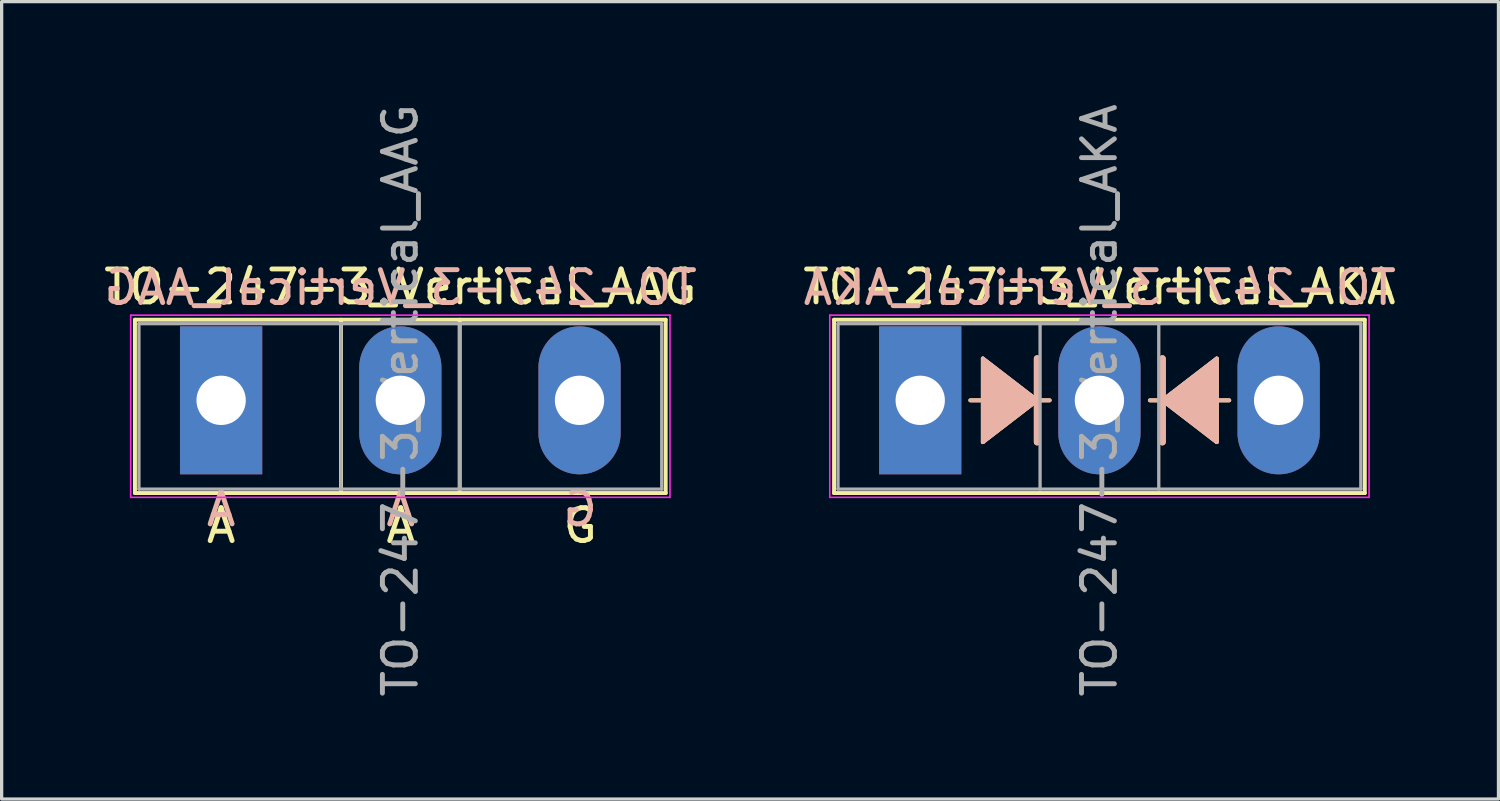
<source format=kicad_pcb>
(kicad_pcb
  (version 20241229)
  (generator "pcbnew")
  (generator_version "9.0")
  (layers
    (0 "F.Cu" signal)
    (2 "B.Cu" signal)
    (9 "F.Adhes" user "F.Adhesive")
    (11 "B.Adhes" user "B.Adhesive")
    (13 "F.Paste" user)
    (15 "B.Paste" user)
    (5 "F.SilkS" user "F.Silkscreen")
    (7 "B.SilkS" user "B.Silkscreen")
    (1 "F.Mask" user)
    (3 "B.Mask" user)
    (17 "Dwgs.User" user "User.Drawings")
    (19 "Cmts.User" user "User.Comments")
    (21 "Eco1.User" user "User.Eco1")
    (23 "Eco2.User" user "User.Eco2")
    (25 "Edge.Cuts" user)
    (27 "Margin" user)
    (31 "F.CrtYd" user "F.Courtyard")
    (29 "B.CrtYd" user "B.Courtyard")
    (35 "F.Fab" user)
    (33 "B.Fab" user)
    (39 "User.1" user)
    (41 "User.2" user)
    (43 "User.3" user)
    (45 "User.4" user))
  (footprint "TO-247-3_Vertical_AAG"
    (layer "F.Cu")
    (at 3.675 9.125)
    (property "Reference" "TO-247-3_Vertical_AAG" (at 5.45 -3.45 0) (layer "F.SilkS") (effects (font (size 1 1) (thickness 0.15))))
    (fp_line (start -2.62 -2.451) (end -2.62 2.82) (stroke (width 0.12) (type solid)) (layer "F.SilkS"))
    (fp_line (start -2.62 -2.451) (end 13.52 -2.451) (stroke (width 0.12) (type solid)) (layer "F.SilkS"))
    (fp_line (start -2.62 2.82) (end 13.52 2.82) (stroke (width 0.12) (type solid)) (layer "F.SilkS"))
    (fp_line (start 3.646 -2.451) (end 3.646 2.82) (stroke (width 0.12) (type solid)) (layer "F.SilkS"))
    (fp_line (start 7.255 -2.451) (end 7.255 2.82) (stroke (width 0.12) (type solid)) (layer "F.SilkS"))
    (fp_line (start 13.52 -2.451) (end 13.52 2.82) (stroke (width 0.12) (type solid)) (layer "F.SilkS"))
    (fp_line (start -2.75 -2.59) (end -2.75 2.95) (stroke (width 0.05) (type solid)) (layer "F.CrtYd"))
    (fp_line (start -2.75 2.95) (end 13.65 2.95) (stroke (width 0.05) (type solid)) (layer "F.CrtYd"))
    (fp_line (start 13.65 -2.59) (end -2.75 -2.59) (stroke (width 0.05) (type solid)) (layer "F.CrtYd"))
    (fp_line (start 13.65 2.95) (end 13.65 -2.59) (stroke (width 0.05) (type solid)) (layer "F.CrtYd"))
    (fp_line (start -2.5 -2.33) (end -2.5 2.7) (stroke (width 0.1) (type solid)) (layer "F.Fab"))
    (fp_line (start -2.5 2.7) (end 13.4 2.7) (stroke (width 0.1) (type solid)) (layer "F.Fab"))
    (fp_line (start 3.645 -2.33) (end 3.645 2.7) (stroke (width 0.1) (type solid)) (layer "F.Fab"))
    (fp_line (start 7.255 -2.33) (end 7.255 2.7) (stroke (width 0.1) (type solid)) (layer "F.Fab"))
    (fp_line (start 13.4 -2.33) (end -2.5 -2.33) (stroke (width 0.1) (type solid)) (layer "F.Fab"))
    (fp_line (start 13.4 2.7) (end 13.4 -2.33) (stroke (width 0.1) (type solid)) (layer "F.Fab"))
    (fp_text user "G" (at 10.922 3.81 0) (unlocked yes) (layer "F.SilkS") (effects (font (size 1 1) (thickness 0.15))))
    (fp_text user "A" (at 5.461 3.81 0) (unlocked yes) (layer "F.SilkS") (effects (font (size 1 1) (thickness 0.15))))
    (fp_text user "A" (at 0 3.81 0) (unlocked yes) (layer "F.SilkS") (effects (font (size 1 1) (thickness 0.15))))
    (fp_text user "${REFERENCE}" (at 5.461 -3.429 0) (layer "B.SilkS") (effects (font (size 1 1) (thickness 0.15)) (justify mirror)))
    (fp_text user "G" (at 10.922 3.302 0) (unlocked yes) (layer "B.SilkS") (effects (font (size 1 1) (thickness 0.15)) (justify mirror)))
    (fp_text user "A" (at 0 3.302 0) (unlocked yes) (layer "B.SilkS") (effects (font (size 1 1) (thickness 0.15)) (justify mirror)))
    (fp_text user "A" (at 5.461 3.302 0) (unlocked yes) (layer "B.SilkS") (effects (font (size 1 1) (thickness 0.15)) (justify mirror)))
    (fp_text user "${REFERENCE}" (at 5.45 0 90) (layer "F.Fab") (effects (font (size 1 1) (thickness 0.15))))
    (pad "1" thru_hole rect (at 0 0) (size 2.5 4.5) (drill 1.5) (layers "*.Cu" "*.Mask"))
    (pad "2" thru_hole oval (at 5.45 0) (size 2.5 4.5) (drill 1.5) (layers "*.Cu" "*.Mask"))
    (pad "3" thru_hole oval (at 10.9 0) (size 2.5 4.5) (drill 1.5) (layers "*.Cu" "*.Mask")))
  (footprint "TO-247-3_Vertical_AKA"
    (layer "F.Cu")
    (at 24.936 9.125)
    (property "Reference" "TO-247-3_Vertical_AKA" (at 5.45 -3.45 0) (layer "F.SilkS") (effects (font (size 1 1) (thickness 0.15))))
    (fp_line (start -2.62 -2.451) (end -2.62 2.82) (stroke (width 0.12) (type solid)) (layer "F.SilkS"))
    (fp_line (start -2.62 -2.451) (end 13.52 -2.451) (stroke (width 0.12) (type solid)) (layer "F.SilkS"))
    (fp_line (start -2.62 2.82) (end 13.52 2.82) (stroke (width 0.12) (type solid)) (layer "F.SilkS"))
    (fp_line (start 1.524 0) (end 1.905 0) (stroke (width 0.12) (type solid)) (layer "F.SilkS"))
    (fp_line (start 1.905 -1.27) (end 1.905 1.27) (stroke (width 0.12) (type solid)) (layer "F.SilkS"))
    (fp_line (start 1.905 1.27) (end 3.556 0) (stroke (width 0.12) (type solid)) (layer "F.SilkS"))
    (fp_line (start 3.556 0) (end 1.905 -1.27) (stroke (width 0.12) (type solid)) (layer "F.SilkS"))
    (fp_line (start 3.556 0) (end 3.556 -1.27) (stroke (width 0.2) (type solid)) (layer "F.SilkS"))
    (fp_line (start 3.556 1.27) (end 3.556 0) (stroke (width 0.2) (type solid)) (layer "F.SilkS"))
    (fp_line (start 3.937 0) (end 3.556 0) (stroke (width 0.12) (type solid)) (layer "F.SilkS"))
    (fp_line (start 6.985 0) (end 7.366 0) (stroke (width 0.12) (type solid)) (layer "F.SilkS"))
    (fp_line (start 7.366 -1.27) (end 7.366 0) (stroke (width 0.2) (type solid)) (layer "F.SilkS"))
    (fp_line (start 7.366 0) (end 7.366 1.27) (stroke (width 0.2) (type solid)) (layer "F.SilkS"))
    (fp_line (start 7.366 0) (end 9.017 1.27) (stroke (width 0.12) (type solid)) (layer "F.SilkS"))
    (fp_line (start 9.017 -1.27) (end 7.366 0) (stroke (width 0.12) (type solid)) (layer "F.SilkS"))
    (fp_line (start 9.017 1.27) (end 9.017 -1.27) (stroke (width 0.12) (type solid)) (layer "F.SilkS"))
    (fp_line (start 9.398 0) (end 9.017 0) (stroke (width 0.12) (type solid)) (layer "F.SilkS"))
    (fp_line (start 13.52 -2.451) (end 13.52 2.82) (stroke (width 0.12) (type solid)) (layer "F.SilkS"))
    (fp_poly (pts (xy 3.556 0) (xy 1.905 1.27) (xy 1.905 -1.27)) (stroke (width 0.1) (type solid)) (fill yes) (layer "F.SilkS"))
    (fp_poly (pts (xy 9.017 1.27) (xy 7.366 0) (xy 9.017 -1.27)) (stroke (width 0.1) (type solid)) (fill yes) (layer "F.SilkS"))
    (fp_line (start 1.524 0) (end 1.905 0) (stroke (width 0.12) (type solid)) (layer "B.SilkS"))
    (fp_line (start 1.905 -1.27) (end 3.556 0) (stroke (width 0.12) (type solid)) (layer "B.SilkS"))
    (fp_line (start 1.905 1.27) (end 1.905 -1.27) (stroke (width 0.12) (type solid)) (layer "B.SilkS"))
    (fp_line (start 3.556 -1.27) (end 3.556 0) (stroke (width 0.2) (type solid)) (layer "B.SilkS"))
    (fp_line (start 3.556 0) (end 1.905 1.27) (stroke (width 0.12) (type solid)) (layer "B.SilkS"))
    (fp_line (start 3.556 0) (end 3.556 1.27) (stroke (width 0.2) (type solid)) (layer "B.SilkS"))
    (fp_line (start 3.937 0) (end 3.556 0) (stroke (width 0.12) (type solid)) (layer "B.SilkS"))
    (fp_line (start 6.985 0) (end 7.366 0) (stroke (width 0.12) (type solid)) (layer "B.SilkS"))
    (fp_line (start 7.366 0) (end 7.366 -1.27) (stroke (width 0.2) (type solid)) (layer "B.SilkS"))
    (fp_line (start 7.366 0) (end 9.017 -1.27) (stroke (width 0.12) (type solid)) (layer "B.SilkS"))
    (fp_line (start 7.366 1.27) (end 7.366 0) (stroke (width 0.2) (type solid)) (layer "B.SilkS"))
    (fp_line (start 9.017 -1.27) (end 9.017 1.27) (stroke (width 0.12) (type solid)) (layer "B.SilkS"))
    (fp_line (start 9.017 1.27) (end 7.366 0) (stroke (width 0.12) (type solid)) (layer "B.SilkS"))
    (fp_line (start 9.398 0) (end 9.017 0) (stroke (width 0.12) (type solid)) (layer "B.SilkS"))
    (fp_poly (pts (xy 1.905 1.27) (xy 3.556 0) (xy 1.905 -1.27)) (stroke (width 0.1) (type solid)) (fill yes) (layer "B.SilkS"))
    (fp_poly (pts (xy 7.366 0) (xy 9.017 1.27) (xy 9.017 -1.27)) (stroke (width 0.1) (type solid)) (fill yes) (layer "B.SilkS"))
    (fp_line (start -2.75 -2.59) (end -2.75 2.95) (stroke (width 0.05) (type solid)) (layer "F.CrtYd"))
    (fp_line (start -2.75 2.95) (end 13.65 2.95) (stroke (width 0.05) (type solid)) (layer "F.CrtYd"))
    (fp_line (start 13.65 -2.59) (end -2.75 -2.59) (stroke (width 0.05) (type solid)) (layer "F.CrtYd"))
    (fp_line (start 13.65 2.95) (end 13.65 -2.59) (stroke (width 0.05) (type solid)) (layer "F.CrtYd"))
    (fp_line (start -2.5 -2.33) (end -2.5 2.7) (stroke (width 0.1) (type solid)) (layer "F.Fab"))
    (fp_line (start -2.5 2.7) (end 13.4 2.7) (stroke (width 0.1) (type solid)) (layer "F.Fab"))
    (fp_line (start 3.645 -2.33) (end 3.645 2.7) (stroke (width 0.1) (type solid)) (layer "F.Fab"))
    (fp_line (start 7.255 -2.33) (end 7.255 2.7) (stroke (width 0.1) (type solid)) (layer "F.Fab"))
    (fp_line (start 13.4 -2.33) (end -2.5 -2.33) (stroke (width 0.1) (type solid)) (layer "F.Fab"))
    (fp_line (start 13.4 2.7) (end 13.4 -2.33) (stroke (width 0.1) (type solid)) (layer "F.Fab"))
    (fp_text user "${REFERENCE}" (at 5.461 -3.429 0) (layer "B.SilkS") (effects (font (size 1 1) (thickness 0.15)) (justify mirror)))
    (fp_text user "${REFERENCE}" (at 5.45 0 90) (layer "F.Fab") (effects (font (size 1 1) (thickness 0.15))))
    (pad "1" thru_hole rect (at 0 0) (size 2.5 4.5) (drill 1.5) (layers "*.Cu" "*.Mask"))
    (pad "2" thru_hole oval (at 5.45 0) (size 2.5 4.5) (drill 1.5) (layers "*.Cu" "*.Mask"))
    (pad "3" thru_hole oval (at 10.9 0) (size 2.5 4.5) (drill 1.5) (layers "*.Cu" "*.Mask")))
  (gr_rect
    (start -3 -3)
    (end 42.522 21.25)
    (stroke (width 0.1) (type default))
    (fill no)
    (layer "Edge.Cuts")))
</source>
